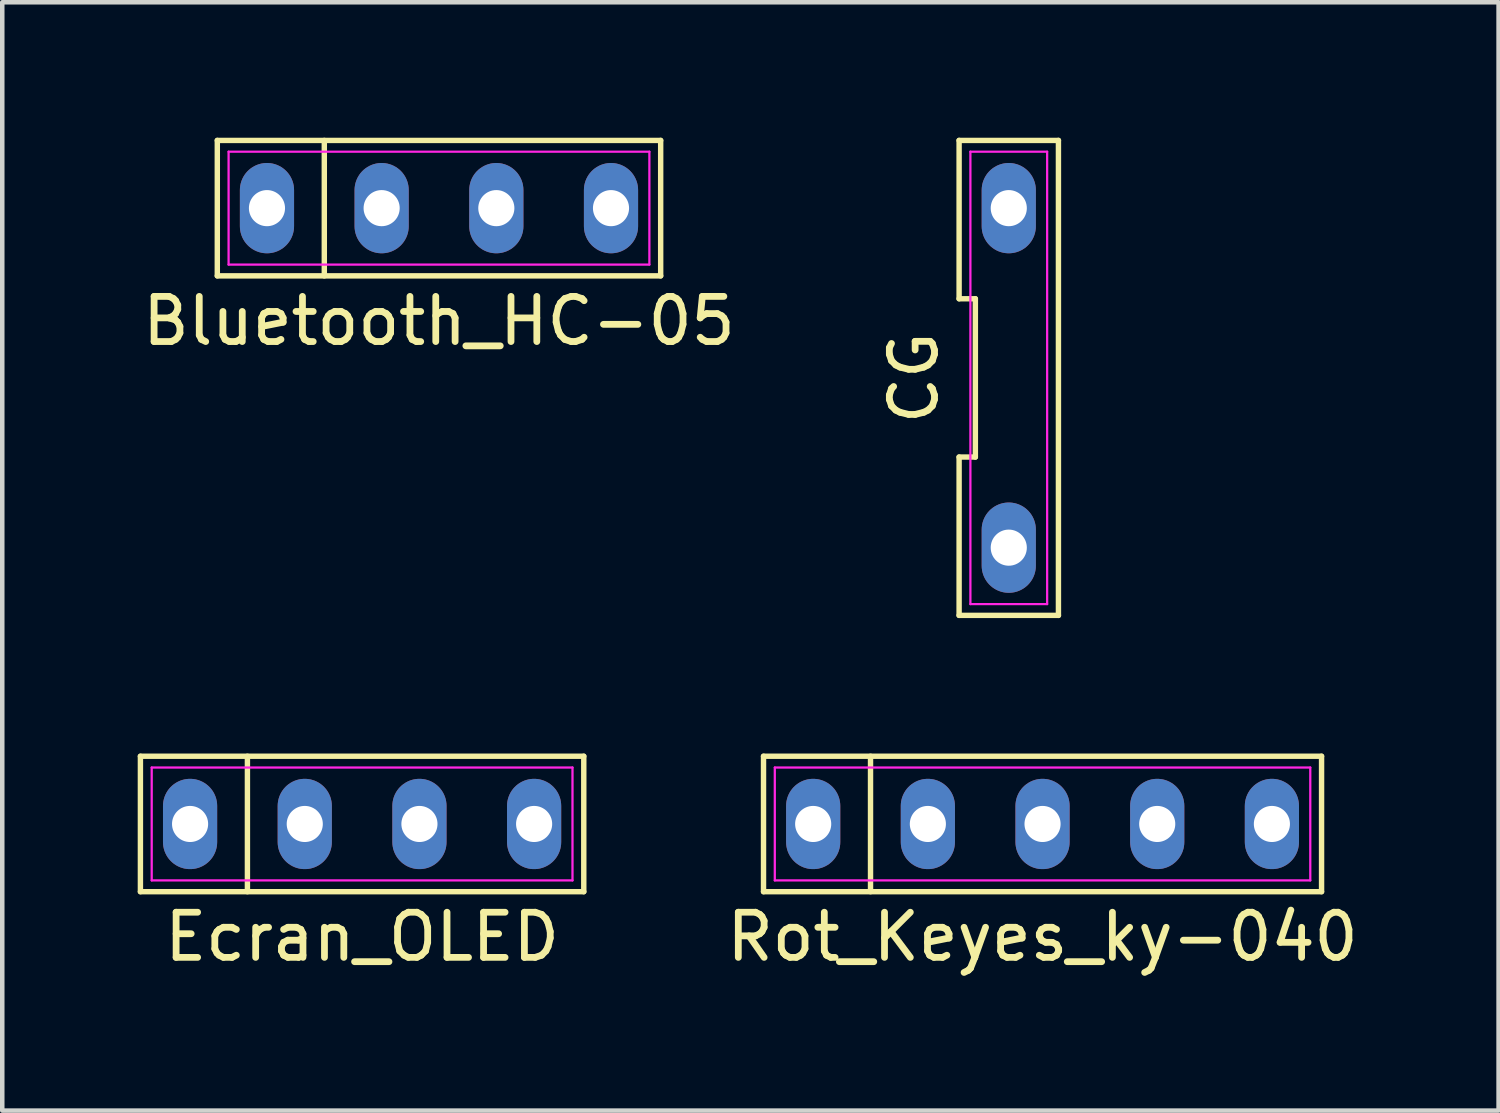
<source format=kicad_pcb>
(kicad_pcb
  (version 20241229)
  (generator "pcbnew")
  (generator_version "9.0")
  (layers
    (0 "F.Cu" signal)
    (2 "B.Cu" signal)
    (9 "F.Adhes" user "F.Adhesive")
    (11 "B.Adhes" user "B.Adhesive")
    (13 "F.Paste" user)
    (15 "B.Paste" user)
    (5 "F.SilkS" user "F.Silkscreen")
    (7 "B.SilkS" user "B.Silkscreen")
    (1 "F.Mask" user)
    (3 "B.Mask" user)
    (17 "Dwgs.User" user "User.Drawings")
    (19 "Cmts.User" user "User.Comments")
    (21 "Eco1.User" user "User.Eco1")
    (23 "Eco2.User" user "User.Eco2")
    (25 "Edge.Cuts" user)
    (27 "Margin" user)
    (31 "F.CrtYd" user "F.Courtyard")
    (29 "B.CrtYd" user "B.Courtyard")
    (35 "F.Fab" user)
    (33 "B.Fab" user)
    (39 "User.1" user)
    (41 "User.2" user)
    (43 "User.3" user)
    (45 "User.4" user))
  (footprint "Ecran_OLED"
    (layer "F.Cu")
    (at 4.97 15.2)
    (property "Reference" "Ecran_OLED" (at 0 2.5 0) (layer "F.SilkS") (effects (font (size 1 1) (thickness 0.15))))
    (attr through_hole)
    (fp_line (start -4.91 -1.5) (end 4.91 -1.5) (stroke (width 0.12) (type solid)) (layer "F.SilkS"))
    (fp_line (start -4.91 1.5) (end -4.91 -1.5) (stroke (width 0.12) (type solid)) (layer "F.SilkS"))
    (fp_line (start -2.54 -1.5) (end -2.54 1.5) (stroke (width 0.12) (type solid)) (layer "F.SilkS"))
    (fp_line (start 4.91 -1.5) (end 4.91 1.5) (stroke (width 0.12) (type solid)) (layer "F.SilkS"))
    (fp_line (start 4.91 1.5) (end -4.91 1.5) (stroke (width 0.12) (type solid)) (layer "F.SilkS"))
    (fp_line (start -4.66 -1.25) (end 4.66 -1.25) (stroke (width 0.05) (type solid)) (layer "F.CrtYd"))
    (fp_line (start -4.66 1.25) (end -4.66 -1.25) (stroke (width 0.05) (type solid)) (layer "F.CrtYd"))
    (fp_line (start 4.66 -1.25) (end 4.66 1.25) (stroke (width 0.05) (type solid)) (layer "F.CrtYd"))
    (fp_line (start 4.66 1.25) (end -4.66 1.25) (stroke (width 0.05) (type solid)) (layer "F.CrtYd"))
    (pad "1" thru_hole oval (at -3.81 0) (size 1.2 2) (drill 0.8) (layers "*.Cu" "*.Mask"))
    (pad "2" thru_hole oval (at -1.27 0) (size 1.2 2) (drill 0.8) (layers "*.Cu" "*.Mask"))
    (pad "3" thru_hole oval (at 1.27 0) (size 1.2 2) (drill 0.8) (layers "*.Cu" "*.Mask"))
    (pad "4" thru_hole oval (at 3.81 0) (size 1.2 2) (drill 0.8) (layers "*.Cu" "*.Mask")))
  (footprint "CG"
    (layer "F.Cu")
    (at 19.293 5.32)
    (property "Reference" "CG" (at -2.1 0 90) (layer "F.SilkS") (effects (font (size 1 1) (thickness 0.15))))
    (attr through_hole)
    (fp_line (start -1.1 -1.753) (end -0.74 -1.753) (stroke (width 0.12) (type solid)) (layer "F.SilkS"))
    (fp_line (start -1.1 1.753) (end -1.1 5.26) (stroke (width 0.12) (type solid)) (layer "F.SilkS"))
    (fp_line (start -1.1 5.26) (end 1.1 5.26) (stroke (width 0.12) (type solid)) (layer "F.SilkS"))
    (fp_line (start -1.1 -5.26) (end -1.1 -1.753) (stroke (width 0.12) (type solid)) (layer "F.SilkS"))
    (fp_line (start -0.74 1.753) (end -1.1 1.753) (stroke (width 0.12) (type solid)) (layer "F.SilkS"))
    (fp_line (start -0.74 -1.753) (end -0.74 1.753) (stroke (width 0.12) (type solid)) (layer "F.SilkS"))
    (fp_line (start 1.1 5.26) (end 1.1 -5.26) (stroke (width 0.12) (type solid)) (layer "F.SilkS"))
    (fp_line (start 1.1 -5.26) (end -1.1 -5.26) (stroke (width 0.12) (type solid)) (layer "F.SilkS"))
    (fp_line (start -0.85 -5.01) (end 0.85 -5.01) (stroke (width 0.05) (type solid)) (layer "F.CrtYd"))
    (fp_line (start -0.85 5.01) (end -0.85 -5.01) (stroke (width 0.05) (type solid)) (layer "F.CrtYd"))
    (fp_line (start 0.85 -5.01) (end 0.85 5.01) (stroke (width 0.05) (type solid)) (layer "F.CrtYd"))
    (fp_line (start 0.85 5.01) (end -0.85 5.01) (stroke (width 0.05) (type solid)) (layer "F.CrtYd"))
    (pad "1" thru_hole oval (at 0 3.76) (size 1.2 2) (drill 0.8) (layers "*.Cu" "*.Mask"))
    (pad "2" thru_hole oval (at 0 -3.76) (size 1.2 2) (drill 0.8) (layers "*.Cu" "*.Mask")))
  (footprint "Rot_Keyes_ky-040"
    (layer "F.Cu")
    (at 20.041 15.2)
    (property "Reference" "Rot_Keyes_ky-040" (at 0 2.5 0) (layer "F.SilkS") (effects (font (size 1 1) (thickness 0.15))))
    (attr through_hole)
    (fp_line (start -6.18 -1.5) (end 6.18 -1.5) (stroke (width 0.12) (type solid)) (layer "F.SilkS"))
    (fp_line (start -6.18 1.5) (end -6.18 -1.5) (stroke (width 0.12) (type solid)) (layer "F.SilkS"))
    (fp_line (start -3.81 -1.5) (end -3.81 1.5) (stroke (width 0.12) (type solid)) (layer "F.SilkS"))
    (fp_line (start 6.18 -1.5) (end 6.18 1.5) (stroke (width 0.12) (type solid)) (layer "F.SilkS"))
    (fp_line (start 6.18 1.5) (end -6.18 1.5) (stroke (width 0.12) (type solid)) (layer "F.SilkS"))
    (fp_line (start -5.93 -1.25) (end 5.93 -1.25) (stroke (width 0.05) (type solid)) (layer "F.CrtYd"))
    (fp_line (start -5.93 1.25) (end -5.93 -1.25) (stroke (width 0.05) (type solid)) (layer "F.CrtYd"))
    (fp_line (start 5.93 -1.25) (end 5.93 1.25) (stroke (width 0.05) (type solid)) (layer "F.CrtYd"))
    (fp_line (start 5.93 1.25) (end -5.93 1.25) (stroke (width 0.05) (type solid)) (layer "F.CrtYd"))
    (pad "1" thru_hole oval (at -5.08 0) (size 1.2 2) (drill 0.8) (layers "*.Cu" "*.Mask"))
    (pad "2" thru_hole oval (at -2.54 0) (size 1.2 2) (drill 0.8) (layers "*.Cu" "*.Mask"))
    (pad "3" thru_hole oval (at 0 0) (size 1.2 2) (drill 0.8) (layers "*.Cu" "*.Mask"))
    (pad "4" thru_hole oval (at 2.54 0) (size 1.2 2) (drill 0.8) (layers "*.Cu" "*.Mask"))
    (pad "5" thru_hole oval (at 5.08 0) (size 1.2 2) (drill 0.8) (layers "*.Cu" "*.Mask")))
  (footprint "Bluetooth_HC-05"
    (layer "F.Cu")
    (at 6.673 1.56)
    (property "Reference" "Bluetooth_HC-05" (at 0 2.5 0) (layer "F.SilkS") (effects (font (size 1 1) (thickness 0.15))))
    (attr through_hole)
    (fp_line (start -4.91 -1.5) (end 4.91 -1.5) (stroke (width 0.12) (type solid)) (layer "F.SilkS"))
    (fp_line (start -4.91 1.5) (end -4.91 -1.5) (stroke (width 0.12) (type solid)) (layer "F.SilkS"))
    (fp_line (start -2.54 -1.5) (end -2.54 1.5) (stroke (width 0.12) (type solid)) (layer "F.SilkS"))
    (fp_line (start 4.91 -1.5) (end 4.91 1.5) (stroke (width 0.12) (type solid)) (layer "F.SilkS"))
    (fp_line (start 4.91 1.5) (end -4.91 1.5) (stroke (width 0.12) (type solid)) (layer "F.SilkS"))
    (fp_line (start -4.66 -1.25) (end 4.66 -1.25) (stroke (width 0.05) (type solid)) (layer "F.CrtYd"))
    (fp_line (start -4.66 1.25) (end -4.66 -1.25) (stroke (width 0.05) (type solid)) (layer "F.CrtYd"))
    (fp_line (start 4.66 -1.25) (end 4.66 1.25) (stroke (width 0.05) (type solid)) (layer "F.CrtYd"))
    (fp_line (start 4.66 1.25) (end -4.66 1.25) (stroke (width 0.05) (type solid)) (layer "F.CrtYd"))
    (pad "2" thru_hole oval (at -3.81 0) (size 1.2 2) (drill 0.8) (layers "*.Cu" "*.Mask"))
    (pad "3" thru_hole oval (at -1.27 0) (size 1.2 2) (drill 0.8) (layers "*.Cu" "*.Mask"))
    (pad "4" thru_hole oval (at 1.27 0) (size 1.2 2) (drill 0.8) (layers "*.Cu" "*.Mask"))
    (pad "5" thru_hole oval (at 3.81 0) (size 1.2 2) (drill 0.8) (layers "*.Cu" "*.Mask")))
  (gr_rect
    (start -3 -3)
    (end 30.142 21.548)
    (stroke (width 0.1) (type default))
    (fill no)
    (layer "Edge.Cuts")))
</source>
